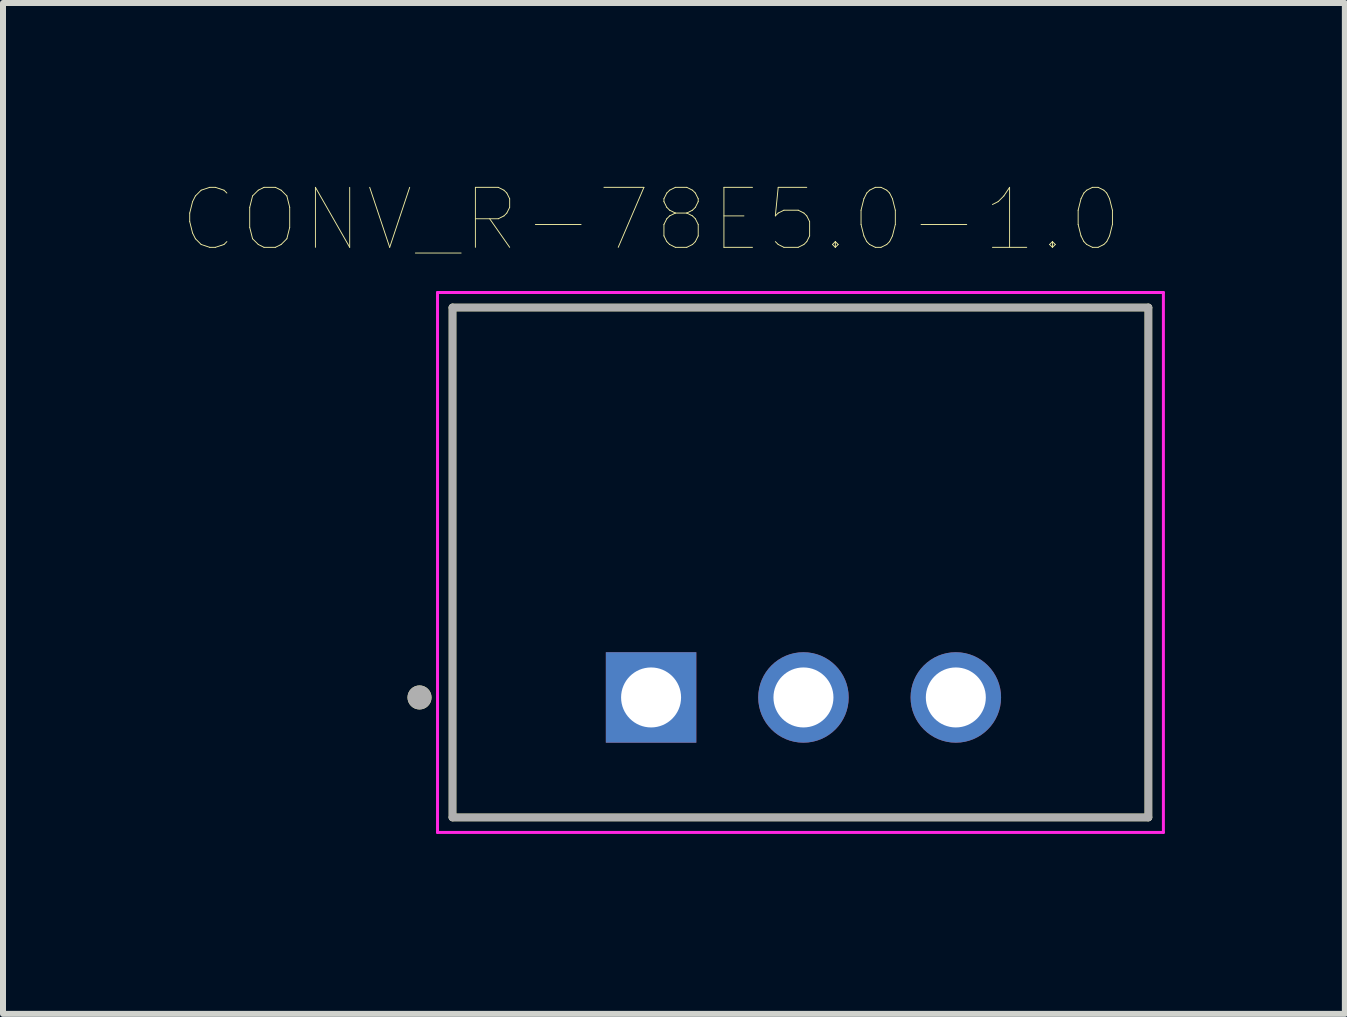
<source format=kicad_pcb>
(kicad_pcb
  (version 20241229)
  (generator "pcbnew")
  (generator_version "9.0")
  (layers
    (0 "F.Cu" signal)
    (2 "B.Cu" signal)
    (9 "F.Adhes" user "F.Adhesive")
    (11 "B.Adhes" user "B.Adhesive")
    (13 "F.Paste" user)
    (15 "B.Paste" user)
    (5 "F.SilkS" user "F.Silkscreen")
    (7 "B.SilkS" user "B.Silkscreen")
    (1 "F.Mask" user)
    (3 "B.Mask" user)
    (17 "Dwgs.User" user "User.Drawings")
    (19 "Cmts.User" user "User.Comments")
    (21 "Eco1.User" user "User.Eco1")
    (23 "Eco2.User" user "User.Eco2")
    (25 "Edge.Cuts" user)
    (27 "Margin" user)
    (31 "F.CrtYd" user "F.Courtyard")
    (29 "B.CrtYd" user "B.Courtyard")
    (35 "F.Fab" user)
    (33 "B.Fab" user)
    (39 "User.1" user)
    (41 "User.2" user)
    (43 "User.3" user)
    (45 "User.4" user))
  (footprint "CONV_R-78E5.0-1.0"
    (layer "F.Cu")
    (at 10.343 6.326)
    (property "Reference" "CONV_R-78E5.0-1.0" (at -2.54 -5.715 0) (layer "F.SilkS") (effects (font (size 1 1) (thickness 0.015))))
    (attr through_hole)
    (fp_line (start -5.85 -4.25) (end -5.85 4.25) (stroke (width 0.127) (type solid)) (layer "F.SilkS"))
    (fp_line (start -5.85 4.25) (end 5.75 4.25) (stroke (width 0.127) (type solid)) (layer "F.SilkS"))
    (fp_line (start 5.75 -4.25) (end -5.85 -4.25) (stroke (width 0.127) (type solid)) (layer "F.SilkS"))
    (fp_line (start 5.75 4.25) (end 5.75 -4.25) (stroke (width 0.127) (type solid)) (layer "F.SilkS"))
    (fp_circle (center -6.4 2.25) (end -6.3 2.25) (stroke (width 0.2) (type solid)) (fill no) (layer "F.SilkS"))
    (fp_line (start -6.1 -4.5) (end -6.1 4.5) (stroke (width 0.05) (type solid)) (layer "F.CrtYd"))
    (fp_line (start -6.1 4.5) (end 6 4.5) (stroke (width 0.05) (type solid)) (layer "F.CrtYd"))
    (fp_line (start 6 -4.5) (end -6.1 -4.5) (stroke (width 0.05) (type solid)) (layer "F.CrtYd"))
    (fp_line (start 6 4.5) (end 6 -4.5) (stroke (width 0.05) (type solid)) (layer "F.CrtYd"))
    (fp_line (start -5.85 -4.25) (end -5.85 4.25) (stroke (width 0.127) (type solid)) (layer "F.Fab"))
    (fp_line (start -5.85 4.25) (end 5.75 4.25) (stroke (width 0.127) (type solid)) (layer "F.Fab"))
    (fp_line (start 5.75 -4.25) (end -5.85 -4.25) (stroke (width 0.127) (type solid)) (layer "F.Fab"))
    (fp_line (start 5.75 4.25) (end 5.75 -4.25) (stroke (width 0.127) (type solid)) (layer "F.Fab"))
    (fp_circle (center -6.4 2.25) (end -6.3 2.25) (stroke (width 0.2) (type solid)) (fill no) (layer "F.Fab"))
    (pad "1" thru_hole rect (at -2.54 2.25) (size 1.508 1.508) (drill 1) (layers "*.Cu" "*.Mask"))
    (pad "2" thru_hole circle (at 0 2.25) (size 1.508 1.508) (drill 1) (layers "*.Cu" "*.Mask"))
    (pad "3" thru_hole circle (at 2.54 2.25) (size 1.508 1.508) (drill 1) (layers "*.Cu" "*.Mask")))
  (gr_rect
    (start -3 -3)
    (end 19.368 13.851)
    (stroke (width 0.1) (type default))
    (fill no)
    (layer "Edge.Cuts")))
</source>
